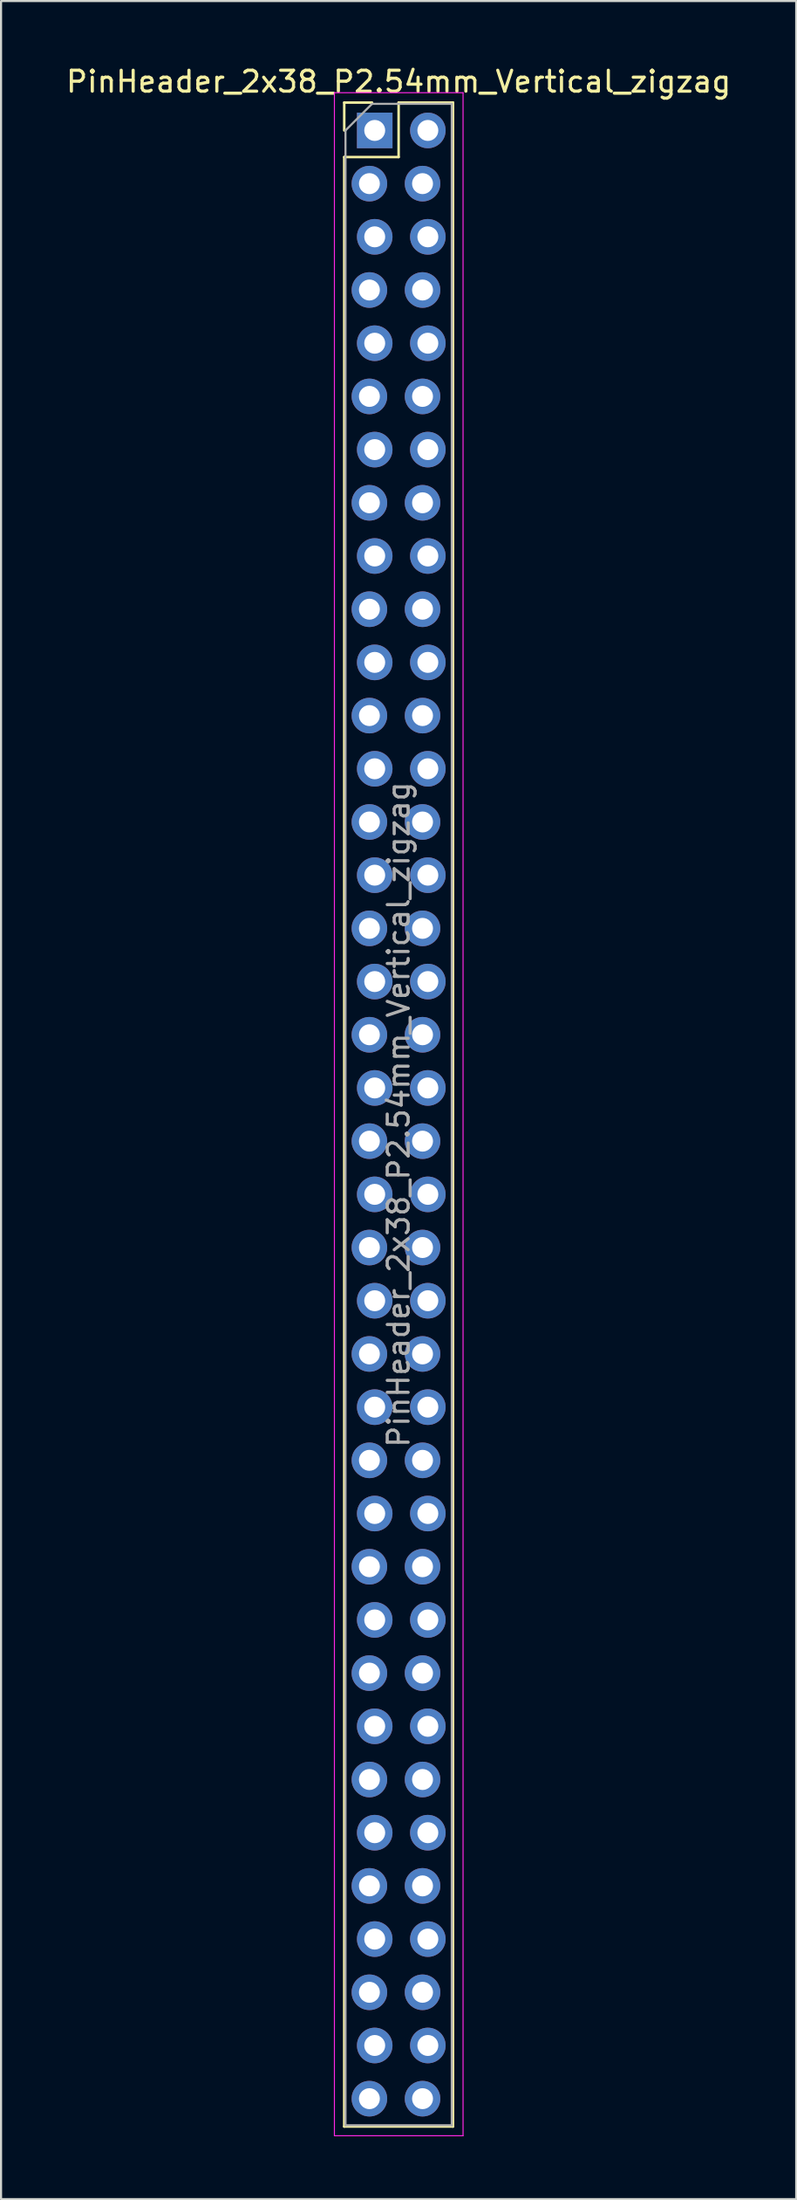
<source format=kicad_pcb>
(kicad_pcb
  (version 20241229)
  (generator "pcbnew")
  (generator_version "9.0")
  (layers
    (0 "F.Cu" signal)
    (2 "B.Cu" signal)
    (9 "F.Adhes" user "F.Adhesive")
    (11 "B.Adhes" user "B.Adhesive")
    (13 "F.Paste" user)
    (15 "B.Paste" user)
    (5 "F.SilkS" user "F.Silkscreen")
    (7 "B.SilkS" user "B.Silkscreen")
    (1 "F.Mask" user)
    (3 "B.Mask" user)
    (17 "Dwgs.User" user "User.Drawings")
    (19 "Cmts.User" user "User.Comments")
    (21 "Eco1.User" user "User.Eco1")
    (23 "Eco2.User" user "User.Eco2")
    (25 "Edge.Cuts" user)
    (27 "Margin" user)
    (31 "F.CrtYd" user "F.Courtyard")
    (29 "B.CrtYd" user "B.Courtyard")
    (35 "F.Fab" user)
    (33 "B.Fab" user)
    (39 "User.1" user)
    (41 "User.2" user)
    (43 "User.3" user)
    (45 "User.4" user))
  (footprint "PinHeader_2x38_P2.54mm_Vertical_zigzag"
    (layer "F.Cu")
    (at 14.736 3.178)
    (property "Reference" "PinHeader_2x38_P2.54mm_Vertical_zigzag" (at 1.27 -2.33 0) (layer "F.SilkS") (effects (font (size 1 1) (thickness 0.15))))
    (attr through_hole)
    (fp_line (start -1.33 -1.33) (end 0 -1.33) (stroke (width 0.12) (type solid)) (layer "F.SilkS"))
    (fp_line (start -1.33 0) (end -1.33 -1.33) (stroke (width 0.12) (type solid)) (layer "F.SilkS"))
    (fp_line (start -1.33 1.27) (end -1.33 95.31) (stroke (width 0.12) (type solid)) (layer "F.SilkS"))
    (fp_line (start -1.33 1.27) (end 1.27 1.27) (stroke (width 0.12) (type solid)) (layer "F.SilkS"))
    (fp_line (start -1.33 95.31) (end 3.87 95.31) (stroke (width 0.12) (type solid)) (layer "F.SilkS"))
    (fp_line (start 1.27 -1.33) (end 3.87 -1.33) (stroke (width 0.12) (type solid)) (layer "F.SilkS"))
    (fp_line (start 1.27 1.27) (end 1.27 -1.33) (stroke (width 0.12) (type solid)) (layer "F.SilkS"))
    (fp_line (start 3.87 -1.33) (end 3.87 95.31) (stroke (width 0.12) (type solid)) (layer "F.SilkS"))
    (fp_line (start -1.8 -1.8) (end -1.8 95.75) (stroke (width 0.05) (type solid)) (layer "F.CrtYd"))
    (fp_line (start -1.8 95.75) (end 4.35 95.75) (stroke (width 0.05) (type solid)) (layer "F.CrtYd"))
    (fp_line (start 4.35 -1.8) (end -1.8 -1.8) (stroke (width 0.05) (type solid)) (layer "F.CrtYd"))
    (fp_line (start 4.35 95.75) (end 4.35 -1.8) (stroke (width 0.05) (type solid)) (layer "F.CrtYd"))
    (fp_line (start -1.27 0) (end 0 -1.27) (stroke (width 0.1) (type solid)) (layer "F.Fab"))
    (fp_line (start -1.27 95.25) (end -1.27 0) (stroke (width 0.1) (type solid)) (layer "F.Fab"))
    (fp_line (start 0 -1.27) (end 3.81 -1.27) (stroke (width 0.1) (type solid)) (layer "F.Fab"))
    (fp_line (start 3.81 -1.27) (end 3.81 95.25) (stroke (width 0.1) (type solid)) (layer "F.Fab"))
    (fp_line (start 3.81 95.25) (end -1.27 95.25) (stroke (width 0.1) (type solid)) (layer "F.Fab"))
    (fp_text user "${REFERENCE}" (at 1.27 46.99 90) (layer "F.Fab") (effects (font (size 1 1) (thickness 0.15))))
    (pad "1" thru_hole rect (at 0.127 0) (size 1.7 1.7) (drill 1) (layers "*.Cu" "*.Mask"))
    (pad "2" thru_hole oval (at 2.667 0) (size 1.7 1.7) (drill 1) (layers "*.Cu" "*.Mask"))
    (pad "3" thru_hole oval (at -0.127 2.54) (size 1.7 1.7) (drill 1) (layers "*.Cu" "*.Mask"))
    (pad "4" thru_hole oval (at 2.413 2.54) (size 1.7 1.7) (drill 1) (layers "*.Cu" "*.Mask"))
    (pad "5" thru_hole oval (at 0.127 5.08) (size 1.7 1.7) (drill 1) (layers "*.Cu" "*.Mask"))
    (pad "6" thru_hole oval (at 2.667 5.08) (size 1.7 1.7) (drill 1) (layers "*.Cu" "*.Mask"))
    (pad "7" thru_hole oval (at -0.127 7.62) (size 1.7 1.7) (drill 1) (layers "*.Cu" "*.Mask"))
    (pad "8" thru_hole oval (at 2.413 7.62) (size 1.7 1.7) (drill 1) (layers "*.Cu" "*.Mask"))
    (pad "9" thru_hole oval (at 0.127 10.16) (size 1.7 1.7) (drill 1) (layers "*.Cu" "*.Mask"))
    (pad "10" thru_hole oval (at 2.667 10.16) (size 1.7 1.7) (drill 1) (layers "*.Cu" "*.Mask"))
    (pad "11" thru_hole oval (at -0.127 12.7) (size 1.7 1.7) (drill 1) (layers "*.Cu" "*.Mask"))
    (pad "12" thru_hole oval (at 2.413 12.7) (size 1.7 1.7) (drill 1) (layers "*.Cu" "*.Mask"))
    (pad "13" thru_hole oval (at 0.127 15.24) (size 1.7 1.7) (drill 1) (layers "*.Cu" "*.Mask"))
    (pad "14" thru_hole oval (at 2.667 15.24) (size 1.7 1.7) (drill 1) (layers "*.Cu" "*.Mask"))
    (pad "15" thru_hole oval (at -0.127 17.78) (size 1.7 1.7) (drill 1) (layers "*.Cu" "*.Mask"))
    (pad "16" thru_hole oval (at 2.413 17.78) (size 1.7 1.7) (drill 1) (layers "*.Cu" "*.Mask"))
    (pad "17" thru_hole oval (at 0.127 20.32) (size 1.7 1.7) (drill 1) (layers "*.Cu" "*.Mask"))
    (pad "18" thru_hole oval (at 2.667 20.32) (size 1.7 1.7) (drill 1) (layers "*.Cu" "*.Mask"))
    (pad "19" thru_hole oval (at -0.127 22.86) (size 1.7 1.7) (drill 1) (layers "*.Cu" "*.Mask"))
    (pad "20" thru_hole oval (at 2.413 22.86) (size 1.7 1.7) (drill 1) (layers "*.Cu" "*.Mask"))
    (pad "21" thru_hole oval (at 0.127 25.4) (size 1.7 1.7) (drill 1) (layers "*.Cu" "*.Mask"))
    (pad "22" thru_hole oval (at 2.667 25.4) (size 1.7 1.7) (drill 1) (layers "*.Cu" "*.Mask"))
    (pad "23" thru_hole oval (at -0.127 27.94) (size 1.7 1.7) (drill 1) (layers "*.Cu" "*.Mask"))
    (pad "24" thru_hole oval (at 2.413 27.94) (size 1.7 1.7) (drill 1) (layers "*.Cu" "*.Mask"))
    (pad "25" thru_hole oval (at 0.127 30.48) (size 1.7 1.7) (drill 1) (layers "*.Cu" "*.Mask"))
    (pad "26" thru_hole oval (at 2.667 30.48) (size 1.7 1.7) (drill 1) (layers "*.Cu" "*.Mask"))
    (pad "27" thru_hole oval (at -0.127 33.02) (size 1.7 1.7) (drill 1) (layers "*.Cu" "*.Mask"))
    (pad "28" thru_hole oval (at 2.413 33.02) (size 1.7 1.7) (drill 1) (layers "*.Cu" "*.Mask"))
    (pad "29" thru_hole oval (at 0.127 35.56) (size 1.7 1.7) (drill 1) (layers "*.Cu" "*.Mask"))
    (pad "30" thru_hole oval (at 2.667 35.56) (size 1.7 1.7) (drill 1) (layers "*.Cu" "*.Mask"))
    (pad "31" thru_hole oval (at -0.127 38.1) (size 1.7 1.7) (drill 1) (layers "*.Cu" "*.Mask"))
    (pad "32" thru_hole oval (at 2.413 38.1) (size 1.7 1.7) (drill 1) (layers "*.Cu" "*.Mask"))
    (pad "33" thru_hole oval (at 0.127 40.64) (size 1.7 1.7) (drill 1) (layers "*.Cu" "*.Mask"))
    (pad "34" thru_hole oval (at 2.667 40.64) (size 1.7 1.7) (drill 1) (layers "*.Cu" "*.Mask"))
    (pad "35" thru_hole oval (at -0.127 43.18) (size 1.7 1.7) (drill 1) (layers "*.Cu" "*.Mask"))
    (pad "36" thru_hole oval (at 2.413 43.18) (size 1.7 1.7) (drill 1) (layers "*.Cu" "*.Mask"))
    (pad "37" thru_hole oval (at 0.127 45.72) (size 1.7 1.7) (drill 1) (layers "*.Cu" "*.Mask"))
    (pad "38" thru_hole oval (at 2.667 45.72) (size 1.7 1.7) (drill 1) (layers "*.Cu" "*.Mask"))
    (pad "39" thru_hole oval (at -0.127 48.26) (size 1.7 1.7) (drill 1) (layers "*.Cu" "*.Mask"))
    (pad "40" thru_hole oval (at 2.413 48.26) (size 1.7 1.7) (drill 1) (layers "*.Cu" "*.Mask"))
    (pad "41" thru_hole oval (at 0.127 50.8) (size 1.7 1.7) (drill 1) (layers "*.Cu" "*.Mask"))
    (pad "42" thru_hole oval (at 2.667 50.8) (size 1.7 1.7) (drill 1) (layers "*.Cu" "*.Mask"))
    (pad "43" thru_hole oval (at -0.127 53.34) (size 1.7 1.7) (drill 1) (layers "*.Cu" "*.Mask"))
    (pad "44" thru_hole oval (at 2.413 53.34) (size 1.7 1.7) (drill 1) (layers "*.Cu" "*.Mask"))
    (pad "45" thru_hole oval (at 0.127 55.88) (size 1.7 1.7) (drill 1) (layers "*.Cu" "*.Mask"))
    (pad "46" thru_hole oval (at 2.667 55.88) (size 1.7 1.7) (drill 1) (layers "*.Cu" "*.Mask"))
    (pad "47" thru_hole oval (at -0.127 58.42) (size 1.7 1.7) (drill 1) (layers "*.Cu" "*.Mask"))
    (pad "48" thru_hole oval (at 2.413 58.42) (size 1.7 1.7) (drill 1) (layers "*.Cu" "*.Mask"))
    (pad "49" thru_hole oval (at 0.127 60.96) (size 1.7 1.7) (drill 1) (layers "*.Cu" "*.Mask"))
    (pad "50" thru_hole oval (at 2.667 60.96) (size 1.7 1.7) (drill 1) (layers "*.Cu" "*.Mask"))
    (pad "51" thru_hole oval (at -0.127 63.5) (size 1.7 1.7) (drill 1) (layers "*.Cu" "*.Mask"))
    (pad "52" thru_hole oval (at 2.413 63.5) (size 1.7 1.7) (drill 1) (layers "*.Cu" "*.Mask"))
    (pad "53" thru_hole oval (at 0.127 66.04) (size 1.7 1.7) (drill 1) (layers "*.Cu" "*.Mask"))
    (pad "54" thru_hole oval (at 2.667 66.04) (size 1.7 1.7) (drill 1) (layers "*.Cu" "*.Mask"))
    (pad "55" thru_hole oval (at -0.127 68.58) (size 1.7 1.7) (drill 1) (layers "*.Cu" "*.Mask"))
    (pad "56" thru_hole oval (at 2.413 68.58) (size 1.7 1.7) (drill 1) (layers "*.Cu" "*.Mask"))
    (pad "57" thru_hole oval (at 0.127 71.12) (size 1.7 1.7) (drill 1) (layers "*.Cu" "*.Mask"))
    (pad "58" thru_hole oval (at 2.667 71.12) (size 1.7 1.7) (drill 1) (layers "*.Cu" "*.Mask"))
    (pad "59" thru_hole oval (at -0.127 73.66) (size 1.7 1.7) (drill 1) (layers "*.Cu" "*.Mask"))
    (pad "60" thru_hole oval (at 2.413 73.66) (size 1.7 1.7) (drill 1) (layers "*.Cu" "*.Mask"))
    (pad "61" thru_hole oval (at 0.127 76.2) (size 1.7 1.7) (drill 1) (layers "*.Cu" "*.Mask"))
    (pad "62" thru_hole oval (at 2.667 76.2) (size 1.7 1.7) (drill 1) (layers "*.Cu" "*.Mask"))
    (pad "63" thru_hole oval (at -0.127 78.74) (size 1.7 1.7) (drill 1) (layers "*.Cu" "*.Mask"))
    (pad "64" thru_hole oval (at 2.413 78.74) (size 1.7 1.7) (drill 1) (layers "*.Cu" "*.Mask"))
    (pad "65" thru_hole oval (at 0.127 81.28) (size 1.7 1.7) (drill 1) (layers "*.Cu" "*.Mask"))
    (pad "66" thru_hole oval (at 2.667 81.28) (size 1.7 1.7) (drill 1) (layers "*.Cu" "*.Mask"))
    (pad "67" thru_hole oval (at -0.127 83.82) (size 1.7 1.7) (drill 1) (layers "*.Cu" "*.Mask"))
    (pad "68" thru_hole oval (at 2.413 83.82) (size 1.7 1.7) (drill 1) (layers "*.Cu" "*.Mask"))
    (pad "69" thru_hole oval (at 0.127 86.36) (size 1.7 1.7) (drill 1) (layers "*.Cu" "*.Mask"))
    (pad "70" thru_hole oval (at 2.667 86.36) (size 1.7 1.7) (drill 1) (layers "*.Cu" "*.Mask"))
    (pad "71" thru_hole oval (at -0.127 88.9) (size 1.7 1.7) (drill 1) (layers "*.Cu" "*.Mask"))
    (pad "72" thru_hole oval (at 2.413 88.9) (size 1.7 1.7) (drill 1) (layers "*.Cu" "*.Mask"))
    (pad "73" thru_hole oval (at 0.127 91.44) (size 1.7 1.7) (drill 1) (layers "*.Cu" "*.Mask"))
    (pad "74" thru_hole oval (at 2.667 91.44) (size 1.7 1.7) (drill 1) (layers "*.Cu" "*.Mask"))
    (pad "75" thru_hole oval (at -0.127 93.98) (size 1.7 1.7) (drill 1) (layers "*.Cu" "*.Mask"))
    (pad "76" thru_hole oval (at 2.413 93.98) (size 1.7 1.7) (drill 1) (layers "*.Cu" "*.Mask")))
  (gr_rect
    (start -3 -3)
    (end 35.012 101.953)
    (stroke (width 0.1) (type default))
    (fill no)
    (layer "Edge.Cuts")))
</source>
